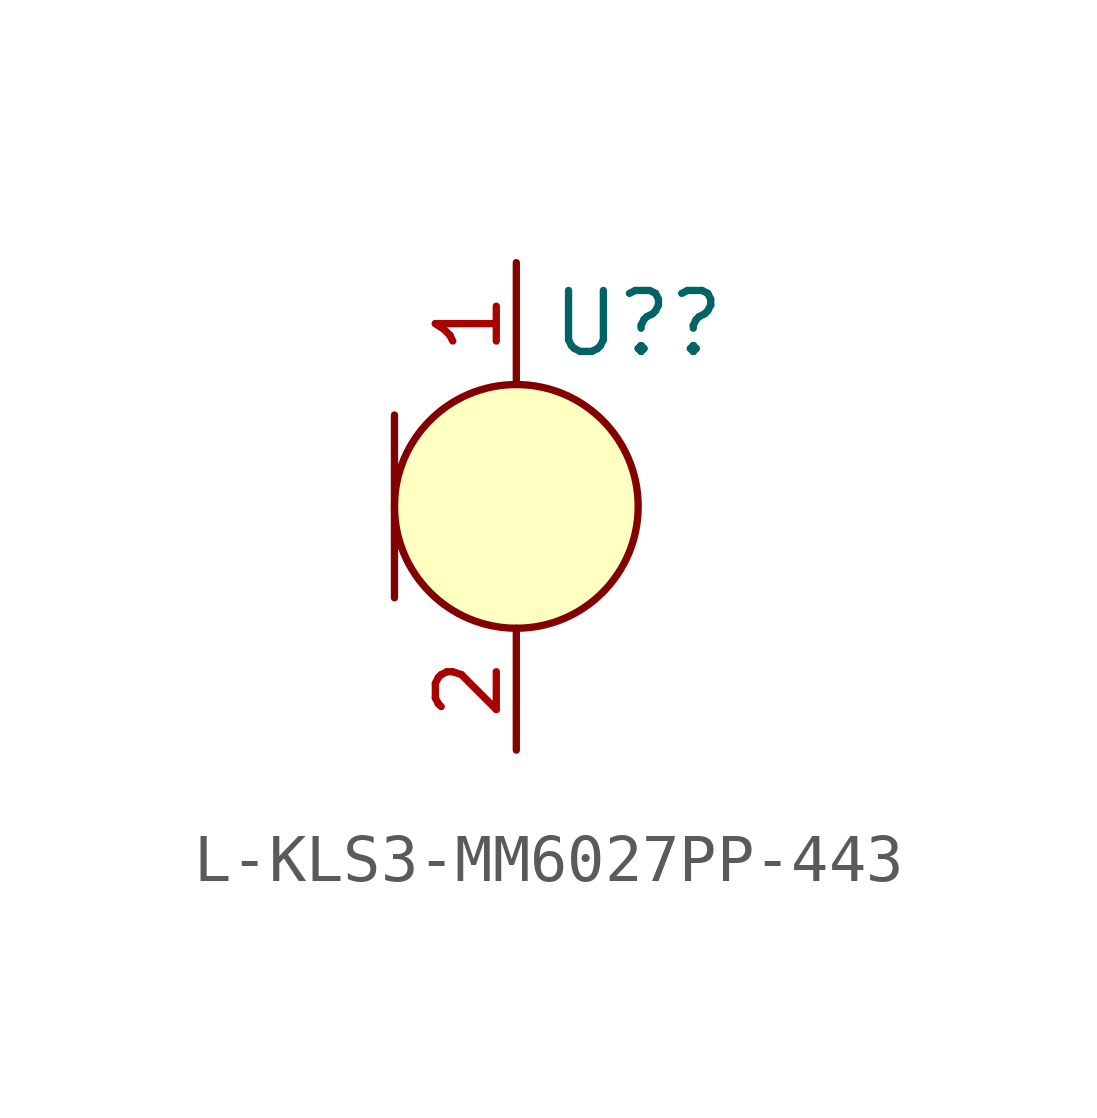
<source format=kicad_sym>
(kicad_symbol_lib
  (version 20220914)
  (generator kicad_symbol_editor)
  (symbol "L-KLS3-MM6027PP-443"
    (property "Reference" "U?"
      (at 2.54 2.54 0)
      (effects (font (size 1.27 1.27))))
    (property "Value" ""
      (at 0 0 0)
      (effects (font (size 1.27 1.27))))
    (symbol "L-KLS3-MM6027PP-443_1_1"
      (circle (center 0 -1.27) (radius 2.54) (stroke (width 0) (type default)) (fill (type background)))
      (polyline (pts (xy -2.54 0.635) (xy -2.54 -3.175)) (stroke (width 0) (type default)) (fill (type none)))
      (pin input line (at 0 3.81 270) (length 2.54) (name "" (effects (font (size 1.27 1.27)))) (number "1" (effects (font (size 1.27 1.27)))))
      (pin input line (at 0 -6.35 90) (length 2.54) (name "" (effects (font (size 1.27 1.27)))) (number "2" (effects (font (size 1.27 1.27))))))))
</source>
